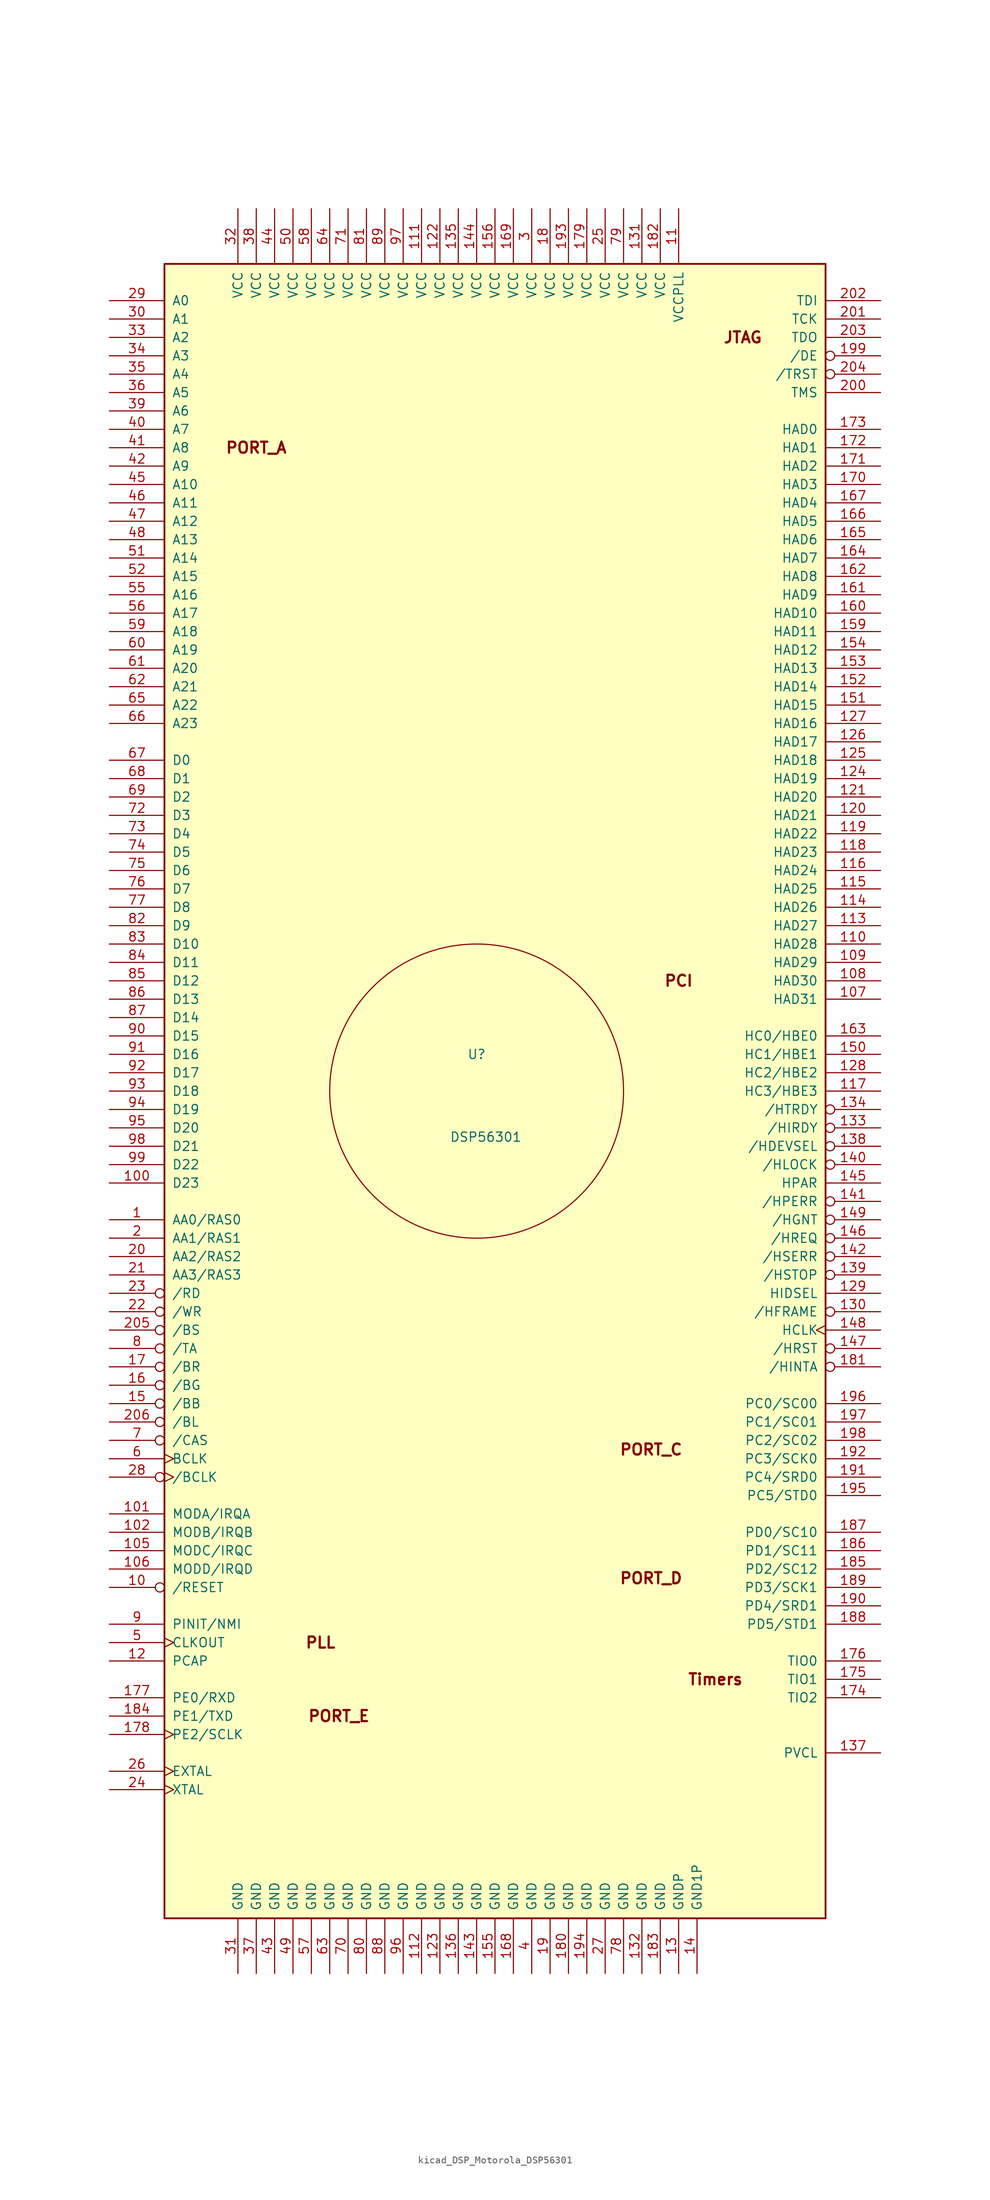
<source format=kicad_sym>
(kicad_symbol_lib
  (version 20220914)
  (generator kicad_symbol_editor)
  (symbol "kicad_DSP_Motorola_DSP56301"
    (pin_names
      (offset 1.016))
    (property "Reference" "U"
      (at 0 2.54 0)
      (effects (font (size 1.27 1.27))))
    (property "Value" "DSP56301"
      (at 1.27 -8.89 0)
      (effects (font (size 1.27 1.27))))
    (symbol "kicad_DSP_Motorola_DSP56301_0_1"
      (rectangle (start -43.18 111.76) (end 48.26 -116.84) (stroke (width 0.254) (type default)) (fill (type background)))
      (circle (center 0 -2.54) (radius 20.32) (stroke (width 0) (type default)) (fill (type none)))
      (text "JTAG" (at 36.83 101.6 0) (effects (font (size 1.524 1.524) bold)))
      (text "PCI" (at 27.94 12.7 0) (effects (font (size 1.524 1.524) bold)))
      (text "PLL" (at -21.59 -78.74 0) (effects (font (size 1.524 1.524) bold)))
      (text "PORT_A" (at -30.48 86.36 0) (effects (font (size 1.524 1.524) bold)))
      (text "PORT_C" (at 24.13 -52.07 0) (effects (font (size 1.524 1.524) bold)))
      (text "PORT_D" (at 24.13 -69.85 0) (effects (font (size 1.524 1.524) bold)))
      (text "PORT_E" (at -19.05 -88.9 0) (effects (font (size 1.524 1.524) bold)))
      (text "Timers" (at 33.02 -83.82 0) (effects (font (size 1.524 1.524) bold))))
    (symbol "kicad_DSP_Motorola_DSP56301_1_1"
      (pin output line (at -50.8 -20.32 0) (length 7.62) (name "AA0/RAS0" (effects (font (size 1.27 1.27)))) (number "1" (effects (font (size 1.27 1.27)))))
      (pin input inverted (at -50.8 -71.12 0) (length 7.62) (name "/RESET" (effects (font (size 1.27 1.27)))) (number "10" (effects (font (size 1.27 1.27)))))
      (pin bidirectional line (at -50.8 -15.24 0) (length 7.62) (name "D23" (effects (font (size 1.27 1.27)))) (number "100" (effects (font (size 1.27 1.27)))))
      (pin input line (at -50.8 -60.96 0) (length 7.62) (name "MODA/IRQA" (effects (font (size 1.27 1.27)))) (number "101" (effects (font (size 1.27 1.27)))))
      (pin input line (at -50.8 -63.5 0) (length 7.62) (name "MODB/IRQB" (effects (font (size 1.27 1.27)))) (number "102" (effects (font (size 1.27 1.27)))))
      (pin input line (at -50.8 -66.04 0) (length 7.62) (name "MODC/IRQC" (effects (font (size 1.27 1.27)))) (number "105" (effects (font (size 1.27 1.27)))))
      (pin input line (at -50.8 -68.58 0) (length 7.62) (name "MODD/IRQD" (effects (font (size 1.27 1.27)))) (number "106" (effects (font (size 1.27 1.27)))))
      (pin bidirectional line (at 55.88 10.16 180) (length 7.62) (name "HAD31" (effects (font (size 1.27 1.27)))) (number "107" (effects (font (size 1.27 1.27)))))
      (pin bidirectional line (at 55.88 12.7 180) (length 7.62) (name "HAD30" (effects (font (size 1.27 1.27)))) (number "108" (effects (font (size 1.27 1.27)))))
      (pin bidirectional line (at 55.88 15.24 180) (length 7.62) (name "HAD29" (effects (font (size 1.27 1.27)))) (number "109" (effects (font (size 1.27 1.27)))))
      (pin power_in line (at 27.94 119.38 270) (length 7.62) (name "VCCPLL" (effects (font (size 1.27 1.27)))) (number "11" (effects (font (size 1.27 1.27)))))
      (pin bidirectional line (at 55.88 17.78 180) (length 7.62) (name "HAD28" (effects (font (size 1.27 1.27)))) (number "110" (effects (font (size 1.27 1.27)))))
      (pin power_in line (at -7.62 119.38 270) (length 7.62) (name "VCC" (effects (font (size 1.27 1.27)))) (number "111" (effects (font (size 1.27 1.27)))))
      (pin power_in line (at -7.62 -124.46 90) (length 7.62) (name "GND" (effects (font (size 1.27 1.27)))) (number "112" (effects (font (size 1.27 1.27)))))
      (pin bidirectional line (at 55.88 20.32 180) (length 7.62) (name "HAD27" (effects (font (size 1.27 1.27)))) (number "113" (effects (font (size 1.27 1.27)))))
      (pin bidirectional line (at 55.88 22.86 180) (length 7.62) (name "HAD26" (effects (font (size 1.27 1.27)))) (number "114" (effects (font (size 1.27 1.27)))))
      (pin bidirectional line (at 55.88 25.4 180) (length 7.62) (name "HAD25" (effects (font (size 1.27 1.27)))) (number "115" (effects (font (size 1.27 1.27)))))
      (pin bidirectional line (at 55.88 27.94 180) (length 7.62) (name "HAD24" (effects (font (size 1.27 1.27)))) (number "116" (effects (font (size 1.27 1.27)))))
      (pin bidirectional line (at 55.88 -2.54 180) (length 7.62) (name "HC3/HBE3" (effects (font (size 1.27 1.27)))) (number "117" (effects (font (size 1.27 1.27)))))
      (pin bidirectional line (at 55.88 30.48 180) (length 7.62) (name "HAD23" (effects (font (size 1.27 1.27)))) (number "118" (effects (font (size 1.27 1.27)))))
      (pin bidirectional line (at 55.88 33.02 180) (length 7.62) (name "HAD22" (effects (font (size 1.27 1.27)))) (number "119" (effects (font (size 1.27 1.27)))))
      (pin input line (at -50.8 -81.28 0) (length 7.62) (name "PCAP" (effects (font (size 1.27 1.27)))) (number "12" (effects (font (size 1.27 1.27)))))
      (pin bidirectional line (at 55.88 35.56 180) (length 7.62) (name "HAD21" (effects (font (size 1.27 1.27)))) (number "120" (effects (font (size 1.27 1.27)))))
      (pin bidirectional line (at 55.88 38.1 180) (length 7.62) (name "HAD20" (effects (font (size 1.27 1.27)))) (number "121" (effects (font (size 1.27 1.27)))))
      (pin power_in line (at -5.08 119.38 270) (length 7.62) (name "VCC" (effects (font (size 1.27 1.27)))) (number "122" (effects (font (size 1.27 1.27)))))
      (pin power_in line (at -5.08 -124.46 90) (length 7.62) (name "GND" (effects (font (size 1.27 1.27)))) (number "123" (effects (font (size 1.27 1.27)))))
      (pin bidirectional line (at 55.88 40.64 180) (length 7.62) (name "HAD19" (effects (font (size 1.27 1.27)))) (number "124" (effects (font (size 1.27 1.27)))))
      (pin bidirectional line (at 55.88 43.18 180) (length 7.62) (name "HAD18" (effects (font (size 1.27 1.27)))) (number "125" (effects (font (size 1.27 1.27)))))
      (pin bidirectional line (at 55.88 45.72 180) (length 7.62) (name "HAD17" (effects (font (size 1.27 1.27)))) (number "126" (effects (font (size 1.27 1.27)))))
      (pin bidirectional line (at 55.88 48.26 180) (length 7.62) (name "HAD16" (effects (font (size 1.27 1.27)))) (number "127" (effects (font (size 1.27 1.27)))))
      (pin bidirectional line (at 55.88 0 180) (length 7.62) (name "HC2/HBE2" (effects (font (size 1.27 1.27)))) (number "128" (effects (font (size 1.27 1.27)))))
      (pin input line (at 55.88 -30.48 180) (length 7.62) (name "HIDSEL" (effects (font (size 1.27 1.27)))) (number "129" (effects (font (size 1.27 1.27)))))
      (pin power_in line (at 27.94 -124.46 90) (length 7.62) (name "GNDP" (effects (font (size 1.27 1.27)))) (number "13" (effects (font (size 1.27 1.27)))))
      (pin bidirectional inverted (at 55.88 -33.02 180) (length 7.62) (name "/HFRAME" (effects (font (size 1.27 1.27)))) (number "130" (effects (font (size 1.27 1.27)))))
      (pin power_in line (at 22.86 119.38 270) (length 7.62) (name "VCC" (effects (font (size 1.27 1.27)))) (number "131" (effects (font (size 1.27 1.27)))))
      (pin power_in line (at 22.86 -124.46 90) (length 7.62) (name "GND" (effects (font (size 1.27 1.27)))) (number "132" (effects (font (size 1.27 1.27)))))
      (pin bidirectional inverted (at 55.88 -7.62 180) (length 7.62) (name "/HIRDY" (effects (font (size 1.27 1.27)))) (number "133" (effects (font (size 1.27 1.27)))))
      (pin bidirectional inverted (at 55.88 -5.08 180) (length 7.62) (name "/HTRDY" (effects (font (size 1.27 1.27)))) (number "134" (effects (font (size 1.27 1.27)))))
      (pin power_in line (at -2.54 119.38 270) (length 7.62) (name "VCC" (effects (font (size 1.27 1.27)))) (number "135" (effects (font (size 1.27 1.27)))))
      (pin power_in line (at -2.54 -124.46 90) (length 7.62) (name "GND" (effects (font (size 1.27 1.27)))) (number "136" (effects (font (size 1.27 1.27)))))
      (pin input line (at 55.88 -93.98 180) (length 7.62) (name "PVCL" (effects (font (size 1.27 1.27)))) (number "137" (effects (font (size 1.27 1.27)))))
      (pin bidirectional inverted (at 55.88 -10.16 180) (length 7.62) (name "/HDEVSEL" (effects (font (size 1.27 1.27)))) (number "138" (effects (font (size 1.27 1.27)))))
      (pin bidirectional inverted (at 55.88 -27.94 180) (length 7.62) (name "/HSTOP" (effects (font (size 1.27 1.27)))) (number "139" (effects (font (size 1.27 1.27)))))
      (pin power_in line (at 30.48 -124.46 90) (length 7.62) (name "GND1P" (effects (font (size 1.27 1.27)))) (number "14" (effects (font (size 1.27 1.27)))))
      (pin bidirectional inverted (at 55.88 -12.7 180) (length 7.62) (name "/HLOCK" (effects (font (size 1.27 1.27)))) (number "140" (effects (font (size 1.27 1.27)))))
      (pin bidirectional inverted (at 55.88 -17.78 180) (length 7.62) (name "/HPERR" (effects (font (size 1.27 1.27)))) (number "141" (effects (font (size 1.27 1.27)))))
      (pin output inverted (at 55.88 -25.4 180) (length 7.62) (name "/HSERR" (effects (font (size 1.27 1.27)))) (number "142" (effects (font (size 1.27 1.27)))))
      (pin power_in line (at 0 -124.46 90) (length 7.62) (name "GND" (effects (font (size 1.27 1.27)))) (number "143" (effects (font (size 1.27 1.27)))))
      (pin power_in line (at 0 119.38 270) (length 7.62) (name "VCC" (effects (font (size 1.27 1.27)))) (number "144" (effects (font (size 1.27 1.27)))))
      (pin bidirectional line (at 55.88 -15.24 180) (length 7.62) (name "HPAR" (effects (font (size 1.27 1.27)))) (number "145" (effects (font (size 1.27 1.27)))))
      (pin output inverted (at 55.88 -22.86 180) (length 7.62) (name "/HREQ" (effects (font (size 1.27 1.27)))) (number "146" (effects (font (size 1.27 1.27)))))
      (pin input inverted (at 55.88 -38.1 180) (length 7.62) (name "/HRST" (effects (font (size 1.27 1.27)))) (number "147" (effects (font (size 1.27 1.27)))))
      (pin input clock (at 55.88 -35.56 180) (length 7.62) (name "HCLK" (effects (font (size 1.27 1.27)))) (number "148" (effects (font (size 1.27 1.27)))))
      (pin input inverted (at 55.88 -20.32 180) (length 7.62) (name "/HGNT" (effects (font (size 1.27 1.27)))) (number "149" (effects (font (size 1.27 1.27)))))
      (pin bidirectional inverted (at -50.8 -45.72 0) (length 7.62) (name "/BB" (effects (font (size 1.27 1.27)))) (number "15" (effects (font (size 1.27 1.27)))))
      (pin bidirectional line (at 55.88 2.54 180) (length 7.62) (name "HC1/HBE1" (effects (font (size 1.27 1.27)))) (number "150" (effects (font (size 1.27 1.27)))))
      (pin bidirectional line (at 55.88 50.8 180) (length 7.62) (name "HAD15" (effects (font (size 1.27 1.27)))) (number "151" (effects (font (size 1.27 1.27)))))
      (pin bidirectional line (at 55.88 53.34 180) (length 7.62) (name "HAD14" (effects (font (size 1.27 1.27)))) (number "152" (effects (font (size 1.27 1.27)))))
      (pin bidirectional line (at 55.88 55.88 180) (length 7.62) (name "HAD13" (effects (font (size 1.27 1.27)))) (number "153" (effects (font (size 1.27 1.27)))))
      (pin bidirectional line (at 55.88 58.42 180) (length 7.62) (name "HAD12" (effects (font (size 1.27 1.27)))) (number "154" (effects (font (size 1.27 1.27)))))
      (pin power_in line (at 2.54 -124.46 90) (length 7.62) (name "GND" (effects (font (size 1.27 1.27)))) (number "155" (effects (font (size 1.27 1.27)))))
      (pin power_in line (at 2.54 119.38 270) (length 7.62) (name "VCC" (effects (font (size 1.27 1.27)))) (number "156" (effects (font (size 1.27 1.27)))))
      (pin bidirectional line (at 55.88 60.96 180) (length 7.62) (name "HAD11" (effects (font (size 1.27 1.27)))) (number "159" (effects (font (size 1.27 1.27)))))
      (pin input inverted (at -50.8 -43.18 0) (length 7.62) (name "/BG" (effects (font (size 1.27 1.27)))) (number "16" (effects (font (size 1.27 1.27)))))
      (pin bidirectional line (at 55.88 63.5 180) (length 7.62) (name "HAD10" (effects (font (size 1.27 1.27)))) (number "160" (effects (font (size 1.27 1.27)))))
      (pin bidirectional line (at 55.88 66.04 180) (length 7.62) (name "HAD9" (effects (font (size 1.27 1.27)))) (number "161" (effects (font (size 1.27 1.27)))))
      (pin bidirectional line (at 55.88 68.58 180) (length 7.62) (name "HAD8" (effects (font (size 1.27 1.27)))) (number "162" (effects (font (size 1.27 1.27)))))
      (pin bidirectional line (at 55.88 5.08 180) (length 7.62) (name "HC0/HBE0" (effects (font (size 1.27 1.27)))) (number "163" (effects (font (size 1.27 1.27)))))
      (pin bidirectional line (at 55.88 71.12 180) (length 7.62) (name "HAD7" (effects (font (size 1.27 1.27)))) (number "164" (effects (font (size 1.27 1.27)))))
      (pin bidirectional line (at 55.88 73.66 180) (length 7.62) (name "HAD6" (effects (font (size 1.27 1.27)))) (number "165" (effects (font (size 1.27 1.27)))))
      (pin bidirectional line (at 55.88 76.2 180) (length 7.62) (name "HAD5" (effects (font (size 1.27 1.27)))) (number "166" (effects (font (size 1.27 1.27)))))
      (pin bidirectional line (at 55.88 78.74 180) (length 7.62) (name "HAD4" (effects (font (size 1.27 1.27)))) (number "167" (effects (font (size 1.27 1.27)))))
      (pin power_in line (at 5.08 -124.46 90) (length 7.62) (name "GND" (effects (font (size 1.27 1.27)))) (number "168" (effects (font (size 1.27 1.27)))))
      (pin power_in line (at 5.08 119.38 270) (length 7.62) (name "VCC" (effects (font (size 1.27 1.27)))) (number "169" (effects (font (size 1.27 1.27)))))
      (pin output inverted (at -50.8 -40.64 0) (length 7.62) (name "/BR" (effects (font (size 1.27 1.27)))) (number "17" (effects (font (size 1.27 1.27)))))
      (pin bidirectional line (at 55.88 81.28 180) (length 7.62) (name "HAD3" (effects (font (size 1.27 1.27)))) (number "170" (effects (font (size 1.27 1.27)))))
      (pin bidirectional line (at 55.88 83.82 180) (length 7.62) (name "HAD2" (effects (font (size 1.27 1.27)))) (number "171" (effects (font (size 1.27 1.27)))))
      (pin bidirectional line (at 55.88 86.36 180) (length 7.62) (name "HAD1" (effects (font (size 1.27 1.27)))) (number "172" (effects (font (size 1.27 1.27)))))
      (pin bidirectional line (at 55.88 88.9 180) (length 7.62) (name "HAD0" (effects (font (size 1.27 1.27)))) (number "173" (effects (font (size 1.27 1.27)))))
      (pin bidirectional line (at 55.88 -86.36 180) (length 7.62) (name "TIO2" (effects (font (size 1.27 1.27)))) (number "174" (effects (font (size 1.27 1.27)))))
      (pin bidirectional line (at 55.88 -83.82 180) (length 7.62) (name "TIO1" (effects (font (size 1.27 1.27)))) (number "175" (effects (font (size 1.27 1.27)))))
      (pin bidirectional line (at 55.88 -81.28 180) (length 7.62) (name "TIO0" (effects (font (size 1.27 1.27)))) (number "176" (effects (font (size 1.27 1.27)))))
      (pin bidirectional line (at -50.8 -86.36 0) (length 7.62) (name "PE0/RXD" (effects (font (size 1.27 1.27)))) (number "177" (effects (font (size 1.27 1.27)))))
      (pin bidirectional clock (at -50.8 -91.44 0) (length 7.62) (name "PE2/SCLK" (effects (font (size 1.27 1.27)))) (number "178" (effects (font (size 1.27 1.27)))))
      (pin power_in line (at 15.24 119.38 270) (length 7.62) (name "VCC" (effects (font (size 1.27 1.27)))) (number "179" (effects (font (size 1.27 1.27)))))
      (pin power_in line (at 10.16 119.38 270) (length 7.62) (name "VCC" (effects (font (size 1.27 1.27)))) (number "18" (effects (font (size 1.27 1.27)))))
      (pin power_in line (at 12.7 -124.46 90) (length 7.62) (name "GND" (effects (font (size 1.27 1.27)))) (number "180" (effects (font (size 1.27 1.27)))))
      (pin output inverted (at 55.88 -40.64 180) (length 7.62) (name "/HINTA" (effects (font (size 1.27 1.27)))) (number "181" (effects (font (size 1.27 1.27)))))
      (pin power_in line (at 25.4 119.38 270) (length 7.62) (name "VCC" (effects (font (size 1.27 1.27)))) (number "182" (effects (font (size 1.27 1.27)))))
      (pin power_in line (at 25.4 -124.46 90) (length 7.62) (name "GND" (effects (font (size 1.27 1.27)))) (number "183" (effects (font (size 1.27 1.27)))))
      (pin bidirectional line (at -50.8 -88.9 0) (length 7.62) (name "PE1/TXD" (effects (font (size 1.27 1.27)))) (number "184" (effects (font (size 1.27 1.27)))))
      (pin bidirectional line (at 55.88 -68.58 180) (length 7.62) (name "PD2/SC12" (effects (font (size 1.27 1.27)))) (number "185" (effects (font (size 1.27 1.27)))))
      (pin bidirectional line (at 55.88 -66.04 180) (length 7.62) (name "PD1/SC11" (effects (font (size 1.27 1.27)))) (number "186" (effects (font (size 1.27 1.27)))))
      (pin bidirectional line (at 55.88 -63.5 180) (length 7.62) (name "PD0/SC10" (effects (font (size 1.27 1.27)))) (number "187" (effects (font (size 1.27 1.27)))))
      (pin bidirectional line (at 55.88 -76.2 180) (length 7.62) (name "PD5/STD1" (effects (font (size 1.27 1.27)))) (number "188" (effects (font (size 1.27 1.27)))))
      (pin bidirectional line (at 55.88 -71.12 180) (length 7.62) (name "PD3/SCK1" (effects (font (size 1.27 1.27)))) (number "189" (effects (font (size 1.27 1.27)))))
      (pin power_in line (at 10.16 -124.46 90) (length 7.62) (name "GND" (effects (font (size 1.27 1.27)))) (number "19" (effects (font (size 1.27 1.27)))))
      (pin bidirectional line (at 55.88 -73.66 180) (length 7.62) (name "PD4/SRD1" (effects (font (size 1.27 1.27)))) (number "190" (effects (font (size 1.27 1.27)))))
      (pin bidirectional line (at 55.88 -55.88 180) (length 7.62) (name "PC4/SRD0" (effects (font (size 1.27 1.27)))) (number "191" (effects (font (size 1.27 1.27)))))
      (pin bidirectional line (at 55.88 -53.34 180) (length 7.62) (name "PC3/SCK0" (effects (font (size 1.27 1.27)))) (number "192" (effects (font (size 1.27 1.27)))))
      (pin power_in line (at 12.7 119.38 270) (length 7.62) (name "VCC" (effects (font (size 1.27 1.27)))) (number "193" (effects (font (size 1.27 1.27)))))
      (pin power_in line (at 15.24 -124.46 90) (length 7.62) (name "GND" (effects (font (size 1.27 1.27)))) (number "194" (effects (font (size 1.27 1.27)))))
      (pin bidirectional line (at 55.88 -58.42 180) (length 7.62) (name "PC5/STD0" (effects (font (size 1.27 1.27)))) (number "195" (effects (font (size 1.27 1.27)))))
      (pin bidirectional line (at 55.88 -45.72 180) (length 7.62) (name "PC0/SC00" (effects (font (size 1.27 1.27)))) (number "196" (effects (font (size 1.27 1.27)))))
      (pin bidirectional line (at 55.88 -48.26 180) (length 7.62) (name "PC1/SC01" (effects (font (size 1.27 1.27)))) (number "197" (effects (font (size 1.27 1.27)))))
      (pin bidirectional line (at 55.88 -50.8 180) (length 7.62) (name "PC2/SC02" (effects (font (size 1.27 1.27)))) (number "198" (effects (font (size 1.27 1.27)))))
      (pin output inverted (at 55.88 99.06 180) (length 7.62) (name "/DE" (effects (font (size 1.27 1.27)))) (number "199" (effects (font (size 1.27 1.27)))))
      (pin output line (at -50.8 -22.86 0) (length 7.62) (name "AA1/RAS1" (effects (font (size 1.27 1.27)))) (number "2" (effects (font (size 1.27 1.27)))))
      (pin output line (at -50.8 -25.4 0) (length 7.62) (name "AA2/RAS2" (effects (font (size 1.27 1.27)))) (number "20" (effects (font (size 1.27 1.27)))))
      (pin input line (at 55.88 93.98 180) (length 7.62) (name "TMS" (effects (font (size 1.27 1.27)))) (number "200" (effects (font (size 1.27 1.27)))))
      (pin input line (at 55.88 104.14 180) (length 7.62) (name "TCK" (effects (font (size 1.27 1.27)))) (number "201" (effects (font (size 1.27 1.27)))))
      (pin input line (at 55.88 106.68 180) (length 7.62) (name "TDI" (effects (font (size 1.27 1.27)))) (number "202" (effects (font (size 1.27 1.27)))))
      (pin output line (at 55.88 101.6 180) (length 7.62) (name "TDO" (effects (font (size 1.27 1.27)))) (number "203" (effects (font (size 1.27 1.27)))))
      (pin input inverted (at 55.88 96.52 180) (length 7.62) (name "/TRST" (effects (font (size 1.27 1.27)))) (number "204" (effects (font (size 1.27 1.27)))))
      (pin output inverted (at -50.8 -35.56 0) (length 7.62) (name "/BS" (effects (font (size 1.27 1.27)))) (number "205" (effects (font (size 1.27 1.27)))))
      (pin output inverted (at -50.8 -48.26 0) (length 7.62) (name "/BL" (effects (font (size 1.27 1.27)))) (number "206" (effects (font (size 1.27 1.27)))))
      (pin output line (at -50.8 -27.94 0) (length 7.62) (name "AA3/RAS3" (effects (font (size 1.27 1.27)))) (number "21" (effects (font (size 1.27 1.27)))))
      (pin output inverted (at -50.8 -33.02 0) (length 7.62) (name "/WR" (effects (font (size 1.27 1.27)))) (number "22" (effects (font (size 1.27 1.27)))))
      (pin output inverted (at -50.8 -30.48 0) (length 7.62) (name "/RD" (effects (font (size 1.27 1.27)))) (number "23" (effects (font (size 1.27 1.27)))))
      (pin output clock (at -50.8 -99.06 0) (length 7.62) (name "XTAL" (effects (font (size 1.27 1.27)))) (number "24" (effects (font (size 1.27 1.27)))))
      (pin power_in line (at 17.78 119.38 270) (length 7.62) (name "VCC" (effects (font (size 1.27 1.27)))) (number "25" (effects (font (size 1.27 1.27)))))
      (pin input clock (at -50.8 -96.52 0) (length 7.62) (name "EXTAL" (effects (font (size 1.27 1.27)))) (number "26" (effects (font (size 1.27 1.27)))))
      (pin power_in line (at 17.78 -124.46 90) (length 7.62) (name "GND" (effects (font (size 1.27 1.27)))) (number "27" (effects (font (size 1.27 1.27)))))
      (pin output inverted_clock (at -50.8 -55.88 0) (length 7.62) (name "/BCLK" (effects (font (size 1.27 1.27)))) (number "28" (effects (font (size 1.27 1.27)))))
      (pin output line (at -50.8 106.68 0) (length 7.62) (name "A0" (effects (font (size 1.27 1.27)))) (number "29" (effects (font (size 1.27 1.27)))))
      (pin power_in line (at 7.62 119.38 270) (length 7.62) (name "VCC" (effects (font (size 1.27 1.27)))) (number "3" (effects (font (size 1.27 1.27)))))
      (pin output line (at -50.8 104.14 0) (length 7.62) (name "A1" (effects (font (size 1.27 1.27)))) (number "30" (effects (font (size 1.27 1.27)))))
      (pin power_in line (at -33.02 -124.46 90) (length 7.62) (name "GND" (effects (font (size 1.27 1.27)))) (number "31" (effects (font (size 1.27 1.27)))))
      (pin power_in line (at -33.02 119.38 270) (length 7.62) (name "VCC" (effects (font (size 1.27 1.27)))) (number "32" (effects (font (size 1.27 1.27)))))
      (pin output line (at -50.8 101.6 0) (length 7.62) (name "A2" (effects (font (size 1.27 1.27)))) (number "33" (effects (font (size 1.27 1.27)))))
      (pin output line (at -50.8 99.06 0) (length 7.62) (name "A3" (effects (font (size 1.27 1.27)))) (number "34" (effects (font (size 1.27 1.27)))))
      (pin output line (at -50.8 96.52 0) (length 7.62) (name "A4" (effects (font (size 1.27 1.27)))) (number "35" (effects (font (size 1.27 1.27)))))
      (pin output line (at -50.8 93.98 0) (length 7.62) (name "A5" (effects (font (size 1.27 1.27)))) (number "36" (effects (font (size 1.27 1.27)))))
      (pin power_in line (at -30.48 -124.46 90) (length 7.62) (name "GND" (effects (font (size 1.27 1.27)))) (number "37" (effects (font (size 1.27 1.27)))))
      (pin power_in line (at -30.48 119.38 270) (length 7.62) (name "VCC" (effects (font (size 1.27 1.27)))) (number "38" (effects (font (size 1.27 1.27)))))
      (pin output line (at -50.8 91.44 0) (length 7.62) (name "A6" (effects (font (size 1.27 1.27)))) (number "39" (effects (font (size 1.27 1.27)))))
      (pin power_in line (at 7.62 -124.46 90) (length 7.62) (name "GND" (effects (font (size 1.27 1.27)))) (number "4" (effects (font (size 1.27 1.27)))))
      (pin output line (at -50.8 88.9 0) (length 7.62) (name "A7" (effects (font (size 1.27 1.27)))) (number "40" (effects (font (size 1.27 1.27)))))
      (pin output line (at -50.8 86.36 0) (length 7.62) (name "A8" (effects (font (size 1.27 1.27)))) (number "41" (effects (font (size 1.27 1.27)))))
      (pin output line (at -50.8 83.82 0) (length 7.62) (name "A9" (effects (font (size 1.27 1.27)))) (number "42" (effects (font (size 1.27 1.27)))))
      (pin power_in line (at -27.94 -124.46 90) (length 7.62) (name "GND" (effects (font (size 1.27 1.27)))) (number "43" (effects (font (size 1.27 1.27)))))
      (pin power_in line (at -27.94 119.38 270) (length 7.62) (name "VCC" (effects (font (size 1.27 1.27)))) (number "44" (effects (font (size 1.27 1.27)))))
      (pin output line (at -50.8 81.28 0) (length 7.62) (name "A10" (effects (font (size 1.27 1.27)))) (number "45" (effects (font (size 1.27 1.27)))))
      (pin output line (at -50.8 78.74 0) (length 7.62) (name "A11" (effects (font (size 1.27 1.27)))) (number "46" (effects (font (size 1.27 1.27)))))
      (pin output line (at -50.8 76.2 0) (length 7.62) (name "A12" (effects (font (size 1.27 1.27)))) (number "47" (effects (font (size 1.27 1.27)))))
      (pin output line (at -50.8 73.66 0) (length 7.62) (name "A13" (effects (font (size 1.27 1.27)))) (number "48" (effects (font (size 1.27 1.27)))))
      (pin power_in line (at -25.4 -124.46 90) (length 7.62) (name "GND" (effects (font (size 1.27 1.27)))) (number "49" (effects (font (size 1.27 1.27)))))
      (pin output clock (at -50.8 -78.74 0) (length 7.62) (name "CLKOUT" (effects (font (size 1.27 1.27)))) (number "5" (effects (font (size 1.27 1.27)))))
      (pin power_in line (at -25.4 119.38 270) (length 7.62) (name "VCC" (effects (font (size 1.27 1.27)))) (number "50" (effects (font (size 1.27 1.27)))))
      (pin output line (at -50.8 71.12 0) (length 7.62) (name "A14" (effects (font (size 1.27 1.27)))) (number "51" (effects (font (size 1.27 1.27)))))
      (pin output line (at -50.8 68.58 0) (length 7.62) (name "A15" (effects (font (size 1.27 1.27)))) (number "52" (effects (font (size 1.27 1.27)))))
      (pin output line (at -50.8 66.04 0) (length 7.62) (name "A16" (effects (font (size 1.27 1.27)))) (number "55" (effects (font (size 1.27 1.27)))))
      (pin output line (at -50.8 63.5 0) (length 7.62) (name "A17" (effects (font (size 1.27 1.27)))) (number "56" (effects (font (size 1.27 1.27)))))
      (pin power_in line (at -22.86 -124.46 90) (length 7.62) (name "GND" (effects (font (size 1.27 1.27)))) (number "57" (effects (font (size 1.27 1.27)))))
      (pin power_in line (at -22.86 119.38 270) (length 7.62) (name "VCC" (effects (font (size 1.27 1.27)))) (number "58" (effects (font (size 1.27 1.27)))))
      (pin output line (at -50.8 60.96 0) (length 7.62) (name "A18" (effects (font (size 1.27 1.27)))) (number "59" (effects (font (size 1.27 1.27)))))
      (pin output clock (at -50.8 -53.34 0) (length 7.62) (name "BCLK" (effects (font (size 1.27 1.27)))) (number "6" (effects (font (size 1.27 1.27)))))
      (pin output line (at -50.8 58.42 0) (length 7.62) (name "A19" (effects (font (size 1.27 1.27)))) (number "60" (effects (font (size 1.27 1.27)))))
      (pin output line (at -50.8 55.88 0) (length 7.62) (name "A20" (effects (font (size 1.27 1.27)))) (number "61" (effects (font (size 1.27 1.27)))))
      (pin output line (at -50.8 53.34 0) (length 7.62) (name "A21" (effects (font (size 1.27 1.27)))) (number "62" (effects (font (size 1.27 1.27)))))
      (pin power_in line (at -20.32 -124.46 90) (length 7.62) (name "GND" (effects (font (size 1.27 1.27)))) (number "63" (effects (font (size 1.27 1.27)))))
      (pin power_in line (at -20.32 119.38 270) (length 7.62) (name "VCC" (effects (font (size 1.27 1.27)))) (number "64" (effects (font (size 1.27 1.27)))))
      (pin output line (at -50.8 50.8 0) (length 7.62) (name "A22" (effects (font (size 1.27 1.27)))) (number "65" (effects (font (size 1.27 1.27)))))
      (pin output line (at -50.8 48.26 0) (length 7.62) (name "A23" (effects (font (size 1.27 1.27)))) (number "66" (effects (font (size 1.27 1.27)))))
      (pin bidirectional line (at -50.8 43.18 0) (length 7.62) (name "D0" (effects (font (size 1.27 1.27)))) (number "67" (effects (font (size 1.27 1.27)))))
      (pin bidirectional line (at -50.8 40.64 0) (length 7.62) (name "D1" (effects (font (size 1.27 1.27)))) (number "68" (effects (font (size 1.27 1.27)))))
      (pin bidirectional line (at -50.8 38.1 0) (length 7.62) (name "D2" (effects (font (size 1.27 1.27)))) (number "69" (effects (font (size 1.27 1.27)))))
      (pin output inverted (at -50.8 -50.8 0) (length 7.62) (name "/CAS" (effects (font (size 1.27 1.27)))) (number "7" (effects (font (size 1.27 1.27)))))
      (pin power_in line (at -17.78 -124.46 90) (length 7.62) (name "GND" (effects (font (size 1.27 1.27)))) (number "70" (effects (font (size 1.27 1.27)))))
      (pin power_in line (at -17.78 119.38 270) (length 7.62) (name "VCC" (effects (font (size 1.27 1.27)))) (number "71" (effects (font (size 1.27 1.27)))))
      (pin bidirectional line (at -50.8 35.56 0) (length 7.62) (name "D3" (effects (font (size 1.27 1.27)))) (number "72" (effects (font (size 1.27 1.27)))))
      (pin bidirectional line (at -50.8 33.02 0) (length 7.62) (name "D4" (effects (font (size 1.27 1.27)))) (number "73" (effects (font (size 1.27 1.27)))))
      (pin bidirectional line (at -50.8 30.48 0) (length 7.62) (name "D5" (effects (font (size 1.27 1.27)))) (number "74" (effects (font (size 1.27 1.27)))))
      (pin bidirectional line (at -50.8 27.94 0) (length 7.62) (name "D6" (effects (font (size 1.27 1.27)))) (number "75" (effects (font (size 1.27 1.27)))))
      (pin bidirectional line (at -50.8 25.4 0) (length 7.62) (name "D7" (effects (font (size 1.27 1.27)))) (number "76" (effects (font (size 1.27 1.27)))))
      (pin bidirectional line (at -50.8 22.86 0) (length 7.62) (name "D8" (effects (font (size 1.27 1.27)))) (number "77" (effects (font (size 1.27 1.27)))))
      (pin power_in line (at 20.32 -124.46 90) (length 7.62) (name "GND" (effects (font (size 1.27 1.27)))) (number "78" (effects (font (size 1.27 1.27)))))
      (pin power_in line (at 20.32 119.38 270) (length 7.62) (name "VCC" (effects (font (size 1.27 1.27)))) (number "79" (effects (font (size 1.27 1.27)))))
      (pin input inverted (at -50.8 -38.1 0) (length 7.62) (name "/TA" (effects (font (size 1.27 1.27)))) (number "8" (effects (font (size 1.27 1.27)))))
      (pin power_in line (at -15.24 -124.46 90) (length 7.62) (name "GND" (effects (font (size 1.27 1.27)))) (number "80" (effects (font (size 1.27 1.27)))))
      (pin power_in line (at -15.24 119.38 270) (length 7.62) (name "VCC" (effects (font (size 1.27 1.27)))) (number "81" (effects (font (size 1.27 1.27)))))
      (pin bidirectional line (at -50.8 20.32 0) (length 7.62) (name "D9" (effects (font (size 1.27 1.27)))) (number "82" (effects (font (size 1.27 1.27)))))
      (pin bidirectional line (at -50.8 17.78 0) (length 7.62) (name "D10" (effects (font (size 1.27 1.27)))) (number "83" (effects (font (size 1.27 1.27)))))
      (pin bidirectional line (at -50.8 15.24 0) (length 7.62) (name "D11" (effects (font (size 1.27 1.27)))) (number "84" (effects (font (size 1.27 1.27)))))
      (pin bidirectional line (at -50.8 12.7 0) (length 7.62) (name "D12" (effects (font (size 1.27 1.27)))) (number "85" (effects (font (size 1.27 1.27)))))
      (pin bidirectional line (at -50.8 10.16 0) (length 7.62) (name "D13" (effects (font (size 1.27 1.27)))) (number "86" (effects (font (size 1.27 1.27)))))
      (pin bidirectional line (at -50.8 7.62 0) (length 7.62) (name "D14" (effects (font (size 1.27 1.27)))) (number "87" (effects (font (size 1.27 1.27)))))
      (pin power_in line (at -12.7 -124.46 90) (length 7.62) (name "GND" (effects (font (size 1.27 1.27)))) (number "88" (effects (font (size 1.27 1.27)))))
      (pin power_in line (at -12.7 119.38 270) (length 7.62) (name "VCC" (effects (font (size 1.27 1.27)))) (number "89" (effects (font (size 1.27 1.27)))))
      (pin input line (at -50.8 -76.2 0) (length 7.62) (name "PINIT/NMI" (effects (font (size 1.27 1.27)))) (number "9" (effects (font (size 1.27 1.27)))))
      (pin bidirectional line (at -50.8 5.08 0) (length 7.62) (name "D15" (effects (font (size 1.27 1.27)))) (number "90" (effects (font (size 1.27 1.27)))))
      (pin bidirectional line (at -50.8 2.54 0) (length 7.62) (name "D16" (effects (font (size 1.27 1.27)))) (number "91" (effects (font (size 1.27 1.27)))))
      (pin bidirectional line (at -50.8 0 0) (length 7.62) (name "D17" (effects (font (size 1.27 1.27)))) (number "92" (effects (font (size 1.27 1.27)))))
      (pin bidirectional line (at -50.8 -2.54 0) (length 7.62) (name "D18" (effects (font (size 1.27 1.27)))) (number "93" (effects (font (size 1.27 1.27)))))
      (pin bidirectional line (at -50.8 -5.08 0) (length 7.62) (name "D19" (effects (font (size 1.27 1.27)))) (number "94" (effects (font (size 1.27 1.27)))))
      (pin bidirectional line (at -50.8 -7.62 0) (length 7.62) (name "D20" (effects (font (size 1.27 1.27)))) (number "95" (effects (font (size 1.27 1.27)))))
      (pin power_in line (at -10.16 -124.46 90) (length 7.62) (name "GND" (effects (font (size 1.27 1.27)))) (number "96" (effects (font (size 1.27 1.27)))))
      (pin power_in line (at -10.16 119.38 270) (length 7.62) (name "VCC" (effects (font (size 1.27 1.27)))) (number "97" (effects (font (size 1.27 1.27)))))
      (pin bidirectional line (at -50.8 -10.16 0) (length 7.62) (name "D21" (effects (font (size 1.27 1.27)))) (number "98" (effects (font (size 1.27 1.27)))))
      (pin bidirectional line (at -50.8 -12.7 0) (length 7.62) (name "D22" (effects (font (size 1.27 1.27)))) (number "99" (effects (font (size 1.27 1.27))))))))
</source>
